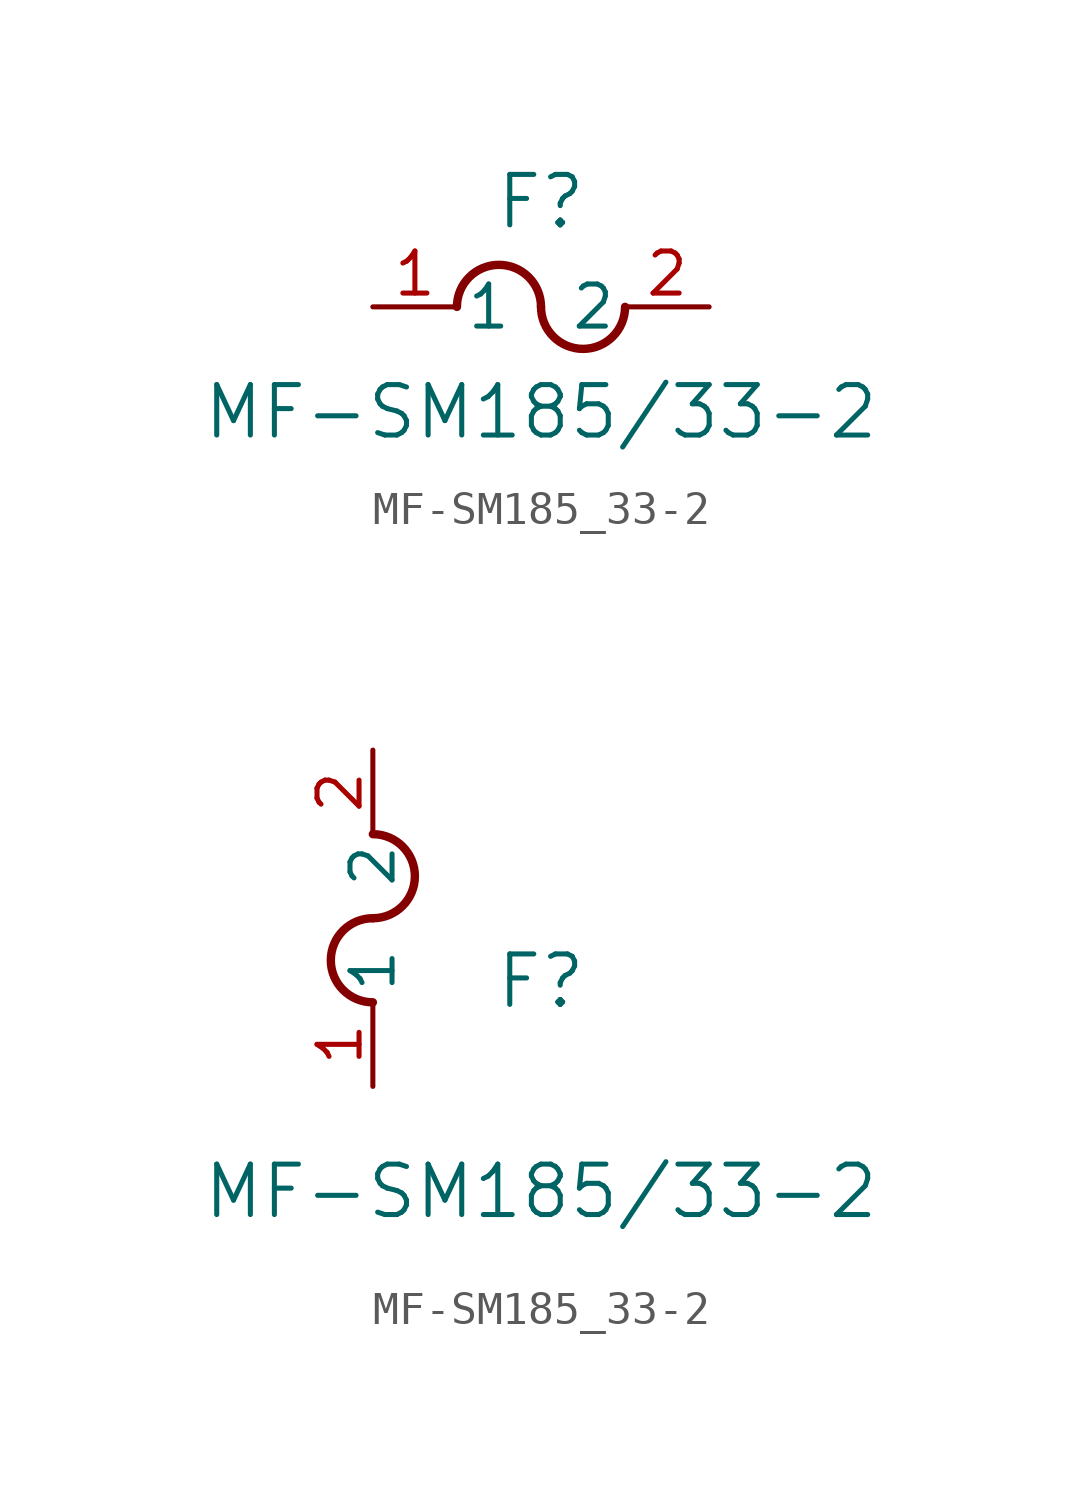
<source format=kicad_sym>
(kicad_symbol_lib
  (version 20231120)
  (generator "kicad_symbol_editor")
  (generator_version "8.0")
  (symbol "MF-SM185_33-2"
    (pin_names
      (offset 0.254))
    (property "Reference" "F"
      (at 5.08 3.175 0)
      (effects (font (size 1.524 1.524))))
    (property "Value" "MF-SM185/33-2"
      (at 5.08 -3.175 0)
      (effects (font (size 1.524 1.524))))
    (property "ki_locked" ""
      (at 0 0 0)
      (effects (font (size 1.27 1.27))))
    (symbol "MF-SM185_33-2_1_1"
      (arc (start 5.08 0) (mid 3.81 1.2645) (end 2.54 0) (stroke (width 0.254) (type default)) (fill (type none)))
      (arc (start 5.08 0) (mid 6.35 -1.2645) (end 7.62 0) (stroke (width 0.254) (type default)) (fill (type none)))
      (pin passive line (at 0 0 0) (length 2.54) (name "1" (effects (font (size 1.27 1.27)))) (number "1" (effects (font (size 1.27 1.27)))))
      (pin passive line (at 10.16 0 180) (length 2.54) (name "2" (effects (font (size 1.27 1.27)))) (number "2" (effects (font (size 1.27 1.27))))))
    (symbol "MF-SM185_33-2_1_2"
      (arc (start 0 5.08) (mid -1.2645 3.81) (end 0 2.54) (stroke (width 0.254) (type default)) (fill (type none)))
      (arc (start 0 5.08) (mid 1.2645 6.35) (end 0 7.62) (stroke (width 0.254) (type default)) (fill (type none)))
      (pin unspecified line (at 0 0 90) (length 2.54) (name "1" (effects (font (size 1.27 1.27)))) (number "1" (effects (font (size 1.27 1.27)))))
      (pin unspecified line (at 0 10.16 270) (length 2.54) (name "2" (effects (font (size 1.27 1.27)))) (number "2" (effects (font (size 1.27 1.27))))))))
</source>
